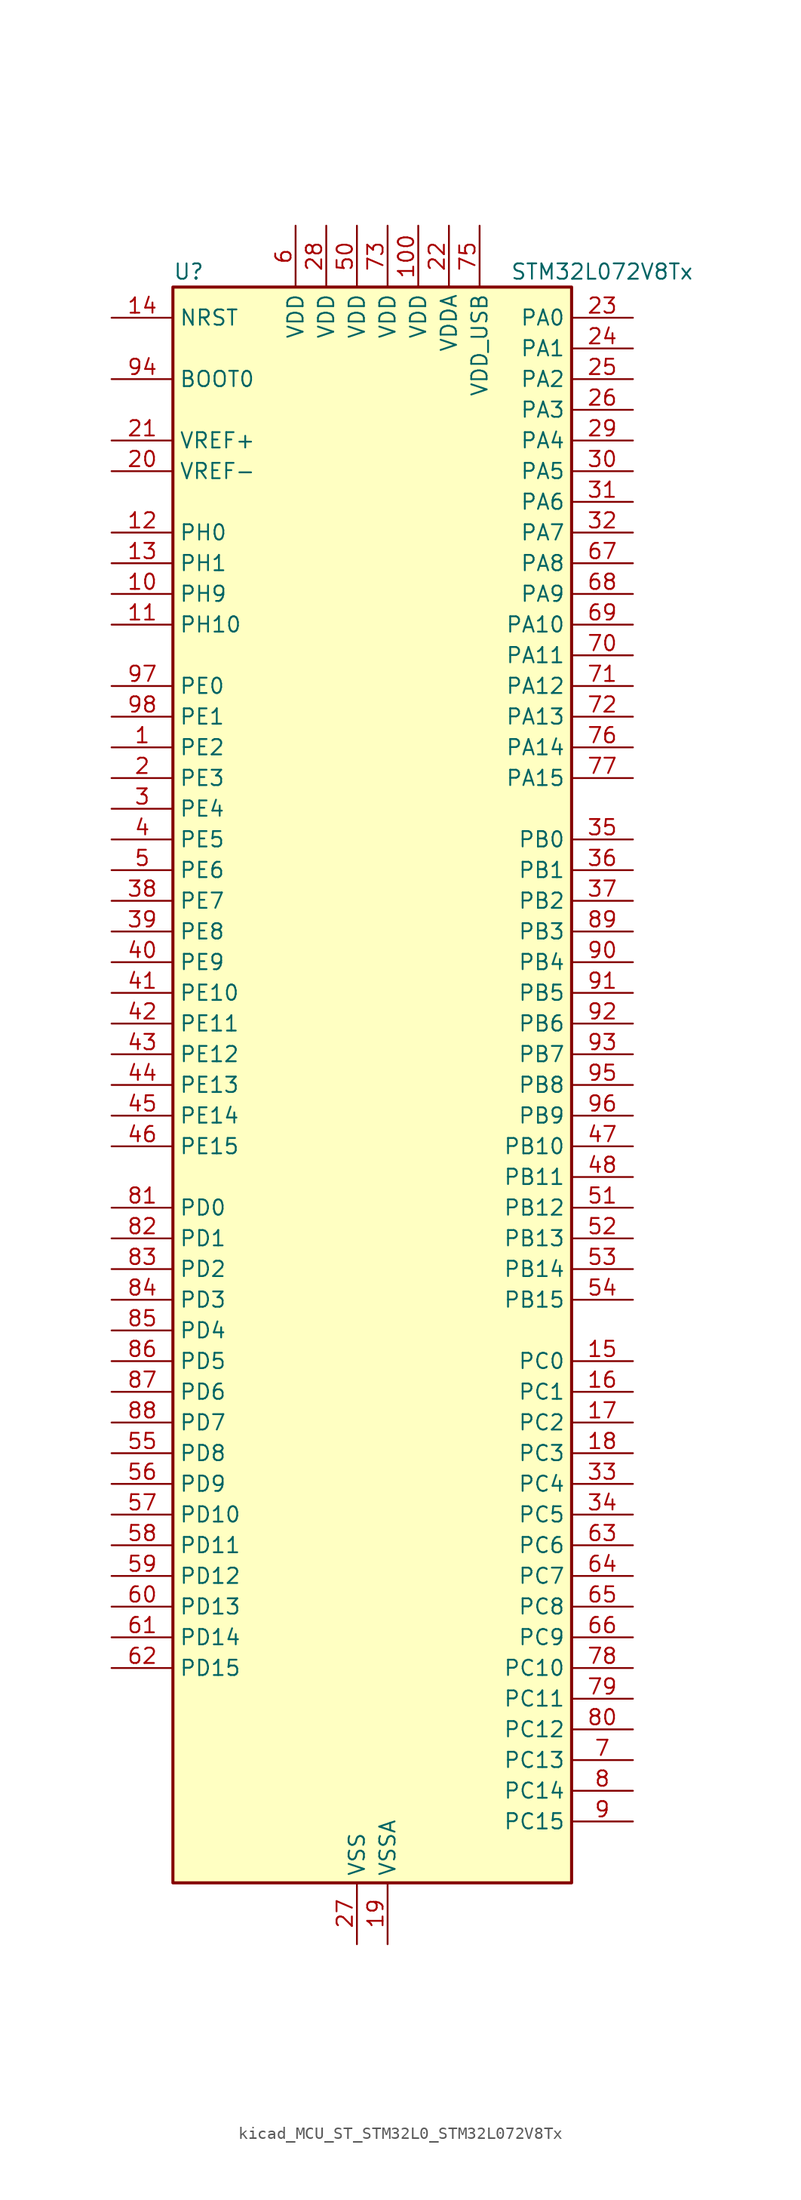
<source format=kicad_sym>
(kicad_symbol_lib
  (version 20220914)
  (generator kicad_symbol_editor)
  (symbol "kicad_MCU_ST_STM32L0_STM32L072V8Tx"
    (property "Reference" "U"
      (at -15.24 67.31 0)
      (effects (font (size 1.27 1.27)) (justify left)))
    (property "Value" "STM32L072V8Tx"
      (at 12.7 67.31 0)
      (effects (font (size 1.27 1.27)) (justify left)))
    (property "ki_locked" ""
      (at 0 0 0)
      (effects (font (size 1.27 1.27))))
    (symbol "kicad_MCU_ST_STM32L0_STM32L072V8Tx_0_1"
      (rectangle (start -15.24 -66.04) (end 17.78 66.04) (stroke (width 0.254) (type default)) (fill (type background))))
    (symbol "kicad_MCU_ST_STM32L0_STM32L072V8Tx_1_1"
      (pin bidirectional line (at -20.32 27.94 0) (length 5.08) (name "PE2" (effects (font (size 1.27 1.27)))) (number "1" (effects (font (size 1.27 1.27)))) (alternate "TIM3_ETR" bidirectional line))
      (pin bidirectional line (at -20.32 40.64 0) (length 5.08) (name "PH9" (effects (font (size 1.27 1.27)))) (number "10" (effects (font (size 1.27 1.27)))) (alternate "DAC_EXTI9" bidirectional line))
      (pin power_in line (at 5.08 71.12 270) (length 5.08) (name "VDD" (effects (font (size 1.27 1.27)))) (number "100" (effects (font (size 1.27 1.27)))))
      (pin bidirectional line (at -20.32 38.1 0) (length 5.08) (name "PH10" (effects (font (size 1.27 1.27)))) (number "11" (effects (font (size 1.27 1.27)))))
      (pin bidirectional line (at -20.32 45.72 0) (length 5.08) (name "PH0" (effects (font (size 1.27 1.27)))) (number "12" (effects (font (size 1.27 1.27)))) (alternate "CRS_SYNC" bidirectional line) (alternate "RCC_OSC_IN" bidirectional line))
      (pin bidirectional line (at -20.32 43.18 0) (length 5.08) (name "PH1" (effects (font (size 1.27 1.27)))) (number "13" (effects (font (size 1.27 1.27)))) (alternate "RCC_OSC_OUT" bidirectional line))
      (pin input line (at -20.32 63.5 0) (length 5.08) (name "NRST" (effects (font (size 1.27 1.27)))) (number "14" (effects (font (size 1.27 1.27)))))
      (pin bidirectional line (at 22.86 -22.86 180) (length 5.08) (name "PC0" (effects (font (size 1.27 1.27)))) (number "15" (effects (font (size 1.27 1.27)))) (alternate "ADC_IN10" bidirectional line) (alternate "I2C3_SCL" bidirectional line) (alternate "LPTIM1_IN1" bidirectional line) (alternate "LPUART1_RX" bidirectional line) (alternate "TSC_G7_IO1" bidirectional line))
      (pin bidirectional line (at 22.86 -25.4 180) (length 5.08) (name "PC1" (effects (font (size 1.27 1.27)))) (number "16" (effects (font (size 1.27 1.27)))) (alternate "ADC_IN11" bidirectional line) (alternate "I2C3_SDA" bidirectional line) (alternate "LPTIM1_OUT" bidirectional line) (alternate "LPUART1_TX" bidirectional line) (alternate "TSC_G7_IO2" bidirectional line))
      (pin bidirectional line (at 22.86 -27.94 180) (length 5.08) (name "PC2" (effects (font (size 1.27 1.27)))) (number "17" (effects (font (size 1.27 1.27)))) (alternate "ADC_IN12" bidirectional line) (alternate "I2S2_MCK" bidirectional line) (alternate "LPTIM1_IN2" bidirectional line) (alternate "SPI2_MISO" bidirectional line) (alternate "TSC_G7_IO3" bidirectional line))
      (pin bidirectional line (at 22.86 -30.48 180) (length 5.08) (name "PC3" (effects (font (size 1.27 1.27)))) (number "18" (effects (font (size 1.27 1.27)))) (alternate "ADC_IN13" bidirectional line) (alternate "I2S2_SD" bidirectional line) (alternate "LPTIM1_ETR" bidirectional line) (alternate "SPI2_MOSI" bidirectional line) (alternate "TSC_G7_IO4" bidirectional line))
      (pin power_in line (at 2.54 -71.12 90) (length 5.08) (name "VSSA" (effects (font (size 1.27 1.27)))) (number "19" (effects (font (size 1.27 1.27)))))
      (pin bidirectional line (at -20.32 25.4 0) (length 5.08) (name "PE3" (effects (font (size 1.27 1.27)))) (number "2" (effects (font (size 1.27 1.27)))) (alternate "TIM22_CH1" bidirectional line) (alternate "TIM3_CH1" bidirectional line))
      (pin input line (at -20.32 50.8 0) (length 5.08) (name "VREF-" (effects (font (size 1.27 1.27)))) (number "20" (effects (font (size 1.27 1.27)))))
      (pin input line (at -20.32 53.34 0) (length 5.08) (name "VREF+" (effects (font (size 1.27 1.27)))) (number "21" (effects (font (size 1.27 1.27)))))
      (pin power_in line (at 7.62 71.12 270) (length 5.08) (name "VDDA" (effects (font (size 1.27 1.27)))) (number "22" (effects (font (size 1.27 1.27)))))
      (pin bidirectional line (at 22.86 63.5 180) (length 5.08) (name "PA0" (effects (font (size 1.27 1.27)))) (number "23" (effects (font (size 1.27 1.27)))) (alternate "ADC_IN0" bidirectional line) (alternate "COMP1_INM" bidirectional line) (alternate "COMP1_OUT" bidirectional line) (alternate "RTC_TAMP2" bidirectional line) (alternate "SYS_WKUP1" bidirectional line) (alternate "TIM2_CH1" bidirectional line) (alternate "TIM2_ETR" bidirectional line) (alternate "TSC_G1_IO1" bidirectional line) (alternate "USART2_CTS" bidirectional line) (alternate "USART4_TX" bidirectional line))
      (pin bidirectional line (at 22.86 60.96 180) (length 5.08) (name "PA1" (effects (font (size 1.27 1.27)))) (number "24" (effects (font (size 1.27 1.27)))) (alternate "ADC_IN1" bidirectional line) (alternate "COMP1_INP" bidirectional line) (alternate "TIM21_ETR" bidirectional line) (alternate "TIM2_CH2" bidirectional line) (alternate "TSC_G1_IO2" bidirectional line) (alternate "USART2_DE" bidirectional line) (alternate "USART2_RTS" bidirectional line) (alternate "USART4_RX" bidirectional line))
      (pin bidirectional line (at 22.86 58.42 180) (length 5.08) (name "PA2" (effects (font (size 1.27 1.27)))) (number "25" (effects (font (size 1.27 1.27)))) (alternate "ADC_IN2" bidirectional line) (alternate "COMP2_INM" bidirectional line) (alternate "COMP2_OUT" bidirectional line) (alternate "LPUART1_TX" bidirectional line) (alternate "TIM21_CH1" bidirectional line) (alternate "TIM2_CH3" bidirectional line) (alternate "TSC_G1_IO3" bidirectional line) (alternate "USART2_TX" bidirectional line))
      (pin bidirectional line (at 22.86 55.88 180) (length 5.08) (name "PA3" (effects (font (size 1.27 1.27)))) (number "26" (effects (font (size 1.27 1.27)))) (alternate "ADC_IN3" bidirectional line) (alternate "COMP2_INP" bidirectional line) (alternate "LPUART1_RX" bidirectional line) (alternate "TIM21_CH2" bidirectional line) (alternate "TIM2_CH4" bidirectional line) (alternate "TSC_G1_IO4" bidirectional line) (alternate "USART2_RX" bidirectional line))
      (pin power_in line (at 0 -71.12 90) (length 5.08) (name "VSS" (effects (font (size 1.27 1.27)))) (number "27" (effects (font (size 1.27 1.27)))))
      (pin power_in line (at -2.54 71.12 270) (length 5.08) (name "VDD" (effects (font (size 1.27 1.27)))) (number "28" (effects (font (size 1.27 1.27)))))
      (pin bidirectional line (at 22.86 53.34 180) (length 5.08) (name "PA4" (effects (font (size 1.27 1.27)))) (number "29" (effects (font (size 1.27 1.27)))) (alternate "ADC_IN4" bidirectional line) (alternate "COMP1_INM" bidirectional line) (alternate "COMP2_INM" bidirectional line) (alternate "DAC_OUT1" bidirectional line) (alternate "SPI1_NSS" bidirectional line) (alternate "TIM22_ETR" bidirectional line) (alternate "TSC_G2_IO1" bidirectional line) (alternate "USART2_CK" bidirectional line))
      (pin bidirectional line (at -20.32 22.86 0) (length 5.08) (name "PE4" (effects (font (size 1.27 1.27)))) (number "3" (effects (font (size 1.27 1.27)))) (alternate "TIM22_CH2" bidirectional line) (alternate "TIM3_CH2" bidirectional line))
      (pin bidirectional line (at 22.86 50.8 180) (length 5.08) (name "PA5" (effects (font (size 1.27 1.27)))) (number "30" (effects (font (size 1.27 1.27)))) (alternate "ADC_IN5" bidirectional line) (alternate "COMP1_INM" bidirectional line) (alternate "COMP2_INM" bidirectional line) (alternate "DAC_OUT2" bidirectional line) (alternate "SPI1_SCK" bidirectional line) (alternate "TIM2_CH1" bidirectional line) (alternate "TIM2_ETR" bidirectional line) (alternate "TSC_G2_IO2" bidirectional line))
      (pin bidirectional line (at 22.86 48.26 180) (length 5.08) (name "PA6" (effects (font (size 1.27 1.27)))) (number "31" (effects (font (size 1.27 1.27)))) (alternate "ADC_IN6" bidirectional line) (alternate "COMP1_OUT" bidirectional line) (alternate "LPUART1_CTS" bidirectional line) (alternate "SPI1_MISO" bidirectional line) (alternate "TIM22_CH1" bidirectional line) (alternate "TIM3_CH1" bidirectional line) (alternate "TSC_G2_IO3" bidirectional line))
      (pin bidirectional line (at 22.86 45.72 180) (length 5.08) (name "PA7" (effects (font (size 1.27 1.27)))) (number "32" (effects (font (size 1.27 1.27)))) (alternate "ADC_IN7" bidirectional line) (alternate "COMP2_OUT" bidirectional line) (alternate "SPI1_MOSI" bidirectional line) (alternate "TIM22_CH2" bidirectional line) (alternate "TIM3_CH2" bidirectional line) (alternate "TSC_G2_IO4" bidirectional line))
      (pin bidirectional line (at 22.86 -33.02 180) (length 5.08) (name "PC4" (effects (font (size 1.27 1.27)))) (number "33" (effects (font (size 1.27 1.27)))) (alternate "ADC_IN14" bidirectional line) (alternate "LPUART1_TX" bidirectional line))
      (pin bidirectional line (at 22.86 -35.56 180) (length 5.08) (name "PC5" (effects (font (size 1.27 1.27)))) (number "34" (effects (font (size 1.27 1.27)))) (alternate "ADC_IN15" bidirectional line) (alternate "LPUART1_RX" bidirectional line) (alternate "TSC_G3_IO1" bidirectional line))
      (pin bidirectional line (at 22.86 20.32 180) (length 5.08) (name "PB0" (effects (font (size 1.27 1.27)))) (number "35" (effects (font (size 1.27 1.27)))) (alternate "ADC_IN8" bidirectional line) (alternate "SYS_VREF_OUT_PB0" bidirectional line) (alternate "TIM3_CH3" bidirectional line) (alternate "TSC_G3_IO2" bidirectional line))
      (pin bidirectional line (at 22.86 17.78 180) (length 5.08) (name "PB1" (effects (font (size 1.27 1.27)))) (number "36" (effects (font (size 1.27 1.27)))) (alternate "ADC_IN9" bidirectional line) (alternate "LPUART1_DE" bidirectional line) (alternate "LPUART1_RTS" bidirectional line) (alternate "SYS_VREF_OUT_PB1" bidirectional line) (alternate "TIM3_CH4" bidirectional line) (alternate "TSC_G3_IO3" bidirectional line))
      (pin bidirectional line (at 22.86 15.24 180) (length 5.08) (name "PB2" (effects (font (size 1.27 1.27)))) (number "37" (effects (font (size 1.27 1.27)))) (alternate "I2C3_SMBA" bidirectional line) (alternate "LPTIM1_OUT" bidirectional line) (alternate "TSC_G3_IO4" bidirectional line))
      (pin bidirectional line (at -20.32 15.24 0) (length 5.08) (name "PE7" (effects (font (size 1.27 1.27)))) (number "38" (effects (font (size 1.27 1.27)))) (alternate "USART5_CK" bidirectional line) (alternate "USART5_DE" bidirectional line) (alternate "USART5_RTS" bidirectional line))
      (pin bidirectional line (at -20.32 12.7 0) (length 5.08) (name "PE8" (effects (font (size 1.27 1.27)))) (number "39" (effects (font (size 1.27 1.27)))) (alternate "USART4_TX" bidirectional line))
      (pin bidirectional line (at -20.32 20.32 0) (length 5.08) (name "PE5" (effects (font (size 1.27 1.27)))) (number "4" (effects (font (size 1.27 1.27)))) (alternate "TIM21_CH1" bidirectional line) (alternate "TIM3_CH3" bidirectional line))
      (pin bidirectional line (at -20.32 10.16 0) (length 5.08) (name "PE9" (effects (font (size 1.27 1.27)))) (number "40" (effects (font (size 1.27 1.27)))) (alternate "DAC_EXTI9" bidirectional line) (alternate "TIM2_CH1" bidirectional line) (alternate "TIM2_ETR" bidirectional line) (alternate "USART4_RX" bidirectional line))
      (pin bidirectional line (at -20.32 7.62 0) (length 5.08) (name "PE10" (effects (font (size 1.27 1.27)))) (number "41" (effects (font (size 1.27 1.27)))) (alternate "TIM2_CH2" bidirectional line) (alternate "USART5_TX" bidirectional line))
      (pin bidirectional line (at -20.32 5.08 0) (length 5.08) (name "PE11" (effects (font (size 1.27 1.27)))) (number "42" (effects (font (size 1.27 1.27)))) (alternate "ADC_EXTI11" bidirectional line) (alternate "TIM2_CH3" bidirectional line) (alternate "USART5_RX" bidirectional line))
      (pin bidirectional line (at -20.32 2.54 0) (length 5.08) (name "PE12" (effects (font (size 1.27 1.27)))) (number "43" (effects (font (size 1.27 1.27)))) (alternate "SPI1_NSS" bidirectional line) (alternate "TIM2_CH4" bidirectional line))
      (pin bidirectional line (at -20.32 0 0) (length 5.08) (name "PE13" (effects (font (size 1.27 1.27)))) (number "44" (effects (font (size 1.27 1.27)))) (alternate "SPI1_SCK" bidirectional line))
      (pin bidirectional line (at -20.32 -2.54 0) (length 5.08) (name "PE14" (effects (font (size 1.27 1.27)))) (number "45" (effects (font (size 1.27 1.27)))) (alternate "SPI1_MISO" bidirectional line))
      (pin bidirectional line (at -20.32 -5.08 0) (length 5.08) (name "PE15" (effects (font (size 1.27 1.27)))) (number "46" (effects (font (size 1.27 1.27)))) (alternate "SPI1_MOSI" bidirectional line))
      (pin bidirectional line (at 22.86 -5.08 180) (length 5.08) (name "PB10" (effects (font (size 1.27 1.27)))) (number "47" (effects (font (size 1.27 1.27)))) (alternate "I2C2_SCL" bidirectional line) (alternate "LPUART1_RX" bidirectional line) (alternate "LPUART1_TX" bidirectional line) (alternate "SPI2_SCK" bidirectional line) (alternate "TIM2_CH3" bidirectional line) (alternate "TSC_SYNC" bidirectional line))
      (pin bidirectional line (at 22.86 -7.62 180) (length 5.08) (name "PB11" (effects (font (size 1.27 1.27)))) (number "48" (effects (font (size 1.27 1.27)))) (alternate "ADC_EXTI11" bidirectional line) (alternate "I2C2_SDA" bidirectional line) (alternate "LPUART1_RX" bidirectional line) (alternate "LPUART1_TX" bidirectional line) (alternate "TIM2_CH4" bidirectional line) (alternate "TSC_G6_IO1" bidirectional line))
      (pin passive line (at 0 -71.12 90) (length 5.08) hide (name "VSS" (effects (font (size 1.27 1.27)))) (number "49" (effects (font (size 1.27 1.27)))))
      (pin bidirectional line (at -20.32 17.78 0) (length 5.08) (name "PE6" (effects (font (size 1.27 1.27)))) (number "5" (effects (font (size 1.27 1.27)))) (alternate "RTC_TAMP3" bidirectional line) (alternate "SYS_WKUP3" bidirectional line) (alternate "TIM21_CH2" bidirectional line) (alternate "TIM3_CH4" bidirectional line))
      (pin power_in line (at 0 71.12 270) (length 5.08) (name "VDD" (effects (font (size 1.27 1.27)))) (number "50" (effects (font (size 1.27 1.27)))))
      (pin bidirectional line (at 22.86 -10.16 180) (length 5.08) (name "PB12" (effects (font (size 1.27 1.27)))) (number "51" (effects (font (size 1.27 1.27)))) (alternate "I2S2_WS" bidirectional line) (alternate "LPUART1_DE" bidirectional line) (alternate "LPUART1_RTS" bidirectional line) (alternate "SPI2_NSS" bidirectional line) (alternate "TSC_G6_IO2" bidirectional line))
      (pin bidirectional line (at 22.86 -12.7 180) (length 5.08) (name "PB13" (effects (font (size 1.27 1.27)))) (number "52" (effects (font (size 1.27 1.27)))) (alternate "I2C2_SCL" bidirectional line) (alternate "I2S2_CK" bidirectional line) (alternate "LPUART1_CTS" bidirectional line) (alternate "RCC_MCO" bidirectional line) (alternate "SPI2_SCK" bidirectional line) (alternate "TIM21_CH1" bidirectional line) (alternate "TSC_G6_IO3" bidirectional line))
      (pin bidirectional line (at 22.86 -15.24 180) (length 5.08) (name "PB14" (effects (font (size 1.27 1.27)))) (number "53" (effects (font (size 1.27 1.27)))) (alternate "I2C2_SDA" bidirectional line) (alternate "I2S2_MCK" bidirectional line) (alternate "LPUART1_DE" bidirectional line) (alternate "LPUART1_RTS" bidirectional line) (alternate "RTC_OUT_ALARM" bidirectional line) (alternate "RTC_OUT_CALIB" bidirectional line) (alternate "SPI2_MISO" bidirectional line) (alternate "TIM21_CH2" bidirectional line) (alternate "TSC_G6_IO4" bidirectional line))
      (pin bidirectional line (at 22.86 -17.78 180) (length 5.08) (name "PB15" (effects (font (size 1.27 1.27)))) (number "54" (effects (font (size 1.27 1.27)))) (alternate "I2S2_SD" bidirectional line) (alternate "RTC_REFIN" bidirectional line) (alternate "SPI2_MOSI" bidirectional line))
      (pin bidirectional line (at -20.32 -30.48 0) (length 5.08) (name "PD8" (effects (font (size 1.27 1.27)))) (number "55" (effects (font (size 1.27 1.27)))) (alternate "LPUART1_TX" bidirectional line))
      (pin bidirectional line (at -20.32 -33.02 0) (length 5.08) (name "PD9" (effects (font (size 1.27 1.27)))) (number "56" (effects (font (size 1.27 1.27)))) (alternate "DAC_EXTI9" bidirectional line) (alternate "LPUART1_RX" bidirectional line))
      (pin bidirectional line (at -20.32 -35.56 0) (length 5.08) (name "PD10" (effects (font (size 1.27 1.27)))) (number "57" (effects (font (size 1.27 1.27)))))
      (pin bidirectional line (at -20.32 -38.1 0) (length 5.08) (name "PD11" (effects (font (size 1.27 1.27)))) (number "58" (effects (font (size 1.27 1.27)))) (alternate "ADC_EXTI11" bidirectional line) (alternate "LPUART1_CTS" bidirectional line))
      (pin bidirectional line (at -20.32 -40.64 0) (length 5.08) (name "PD12" (effects (font (size 1.27 1.27)))) (number "59" (effects (font (size 1.27 1.27)))) (alternate "LPUART1_DE" bidirectional line) (alternate "LPUART1_RTS" bidirectional line))
      (pin power_in line (at -5.08 71.12 270) (length 5.08) (name "VDD" (effects (font (size 1.27 1.27)))) (number "6" (effects (font (size 1.27 1.27)))))
      (pin bidirectional line (at -20.32 -43.18 0) (length 5.08) (name "PD13" (effects (font (size 1.27 1.27)))) (number "60" (effects (font (size 1.27 1.27)))))
      (pin bidirectional line (at -20.32 -45.72 0) (length 5.08) (name "PD14" (effects (font (size 1.27 1.27)))) (number "61" (effects (font (size 1.27 1.27)))))
      (pin bidirectional line (at -20.32 -48.26 0) (length 5.08) (name "PD15" (effects (font (size 1.27 1.27)))) (number "62" (effects (font (size 1.27 1.27)))) (alternate "CRS_SYNC" bidirectional line))
      (pin bidirectional line (at 22.86 -38.1 180) (length 5.08) (name "PC6" (effects (font (size 1.27 1.27)))) (number "63" (effects (font (size 1.27 1.27)))) (alternate "TIM22_CH1" bidirectional line) (alternate "TIM3_CH1" bidirectional line) (alternate "TSC_G8_IO1" bidirectional line))
      (pin bidirectional line (at 22.86 -40.64 180) (length 5.08) (name "PC7" (effects (font (size 1.27 1.27)))) (number "64" (effects (font (size 1.27 1.27)))) (alternate "TIM22_CH2" bidirectional line) (alternate "TIM3_CH2" bidirectional line) (alternate "TSC_G8_IO2" bidirectional line))
      (pin bidirectional line (at 22.86 -43.18 180) (length 5.08) (name "PC8" (effects (font (size 1.27 1.27)))) (number "65" (effects (font (size 1.27 1.27)))) (alternate "TIM22_ETR" bidirectional line) (alternate "TIM3_CH3" bidirectional line) (alternate "TSC_G8_IO3" bidirectional line))
      (pin bidirectional line (at 22.86 -45.72 180) (length 5.08) (name "PC9" (effects (font (size 1.27 1.27)))) (number "66" (effects (font (size 1.27 1.27)))) (alternate "DAC_EXTI9" bidirectional line) (alternate "I2C3_SDA" bidirectional line) (alternate "TIM21_ETR" bidirectional line) (alternate "TIM3_CH4" bidirectional line) (alternate "TSC_G8_IO4" bidirectional line) (alternate "USB_NOE" bidirectional line))
      (pin bidirectional line (at 22.86 43.18 180) (length 5.08) (name "PA8" (effects (font (size 1.27 1.27)))) (number "67" (effects (font (size 1.27 1.27)))) (alternate "CRS_SYNC" bidirectional line) (alternate "I2C3_SCL" bidirectional line) (alternate "RCC_MCO" bidirectional line) (alternate "USART1_CK" bidirectional line))
      (pin bidirectional line (at 22.86 40.64 180) (length 5.08) (name "PA9" (effects (font (size 1.27 1.27)))) (number "68" (effects (font (size 1.27 1.27)))) (alternate "DAC_EXTI9" bidirectional line) (alternate "I2C1_SCL" bidirectional line) (alternate "I2C3_SMBA" bidirectional line) (alternate "RCC_MCO" bidirectional line) (alternate "TSC_G4_IO1" bidirectional line) (alternate "USART1_TX" bidirectional line))
      (pin bidirectional line (at 22.86 38.1 180) (length 5.08) (name "PA10" (effects (font (size 1.27 1.27)))) (number "69" (effects (font (size 1.27 1.27)))) (alternate "I2C1_SDA" bidirectional line) (alternate "TSC_G4_IO2" bidirectional line) (alternate "USART1_RX" bidirectional line))
      (pin bidirectional line (at 22.86 -55.88 180) (length 5.08) (name "PC13" (effects (font (size 1.27 1.27)))) (number "7" (effects (font (size 1.27 1.27)))) (alternate "RTC_OUT_ALARM" bidirectional line) (alternate "RTC_OUT_CALIB" bidirectional line) (alternate "RTC_TAMP1" bidirectional line) (alternate "RTC_TS" bidirectional line) (alternate "SYS_WKUP2" bidirectional line))
      (pin bidirectional line (at 22.86 35.56 180) (length 5.08) (name "PA11" (effects (font (size 1.27 1.27)))) (number "70" (effects (font (size 1.27 1.27)))) (alternate "ADC_EXTI11" bidirectional line) (alternate "COMP1_OUT" bidirectional line) (alternate "SPI1_MISO" bidirectional line) (alternate "TSC_G4_IO3" bidirectional line) (alternate "USART1_CTS" bidirectional line) (alternate "USB_DM" bidirectional line))
      (pin bidirectional line (at 22.86 33.02 180) (length 5.08) (name "PA12" (effects (font (size 1.27 1.27)))) (number "71" (effects (font (size 1.27 1.27)))) (alternate "COMP2_OUT" bidirectional line) (alternate "SPI1_MOSI" bidirectional line) (alternate "TSC_G4_IO4" bidirectional line) (alternate "USART1_DE" bidirectional line) (alternate "USART1_RTS" bidirectional line) (alternate "USB_DP" bidirectional line))
      (pin bidirectional line (at 22.86 30.48 180) (length 5.08) (name "PA13" (effects (font (size 1.27 1.27)))) (number "72" (effects (font (size 1.27 1.27)))) (alternate "LPUART1_RX" bidirectional line) (alternate "SYS_SWDIO" bidirectional line) (alternate "USB_NOE" bidirectional line))
      (pin power_in line (at 2.54 71.12 270) (length 5.08) (name "VDD" (effects (font (size 1.27 1.27)))) (number "73" (effects (font (size 1.27 1.27)))))
      (pin passive line (at 0 -71.12 90) (length 5.08) hide (name "VSS" (effects (font (size 1.27 1.27)))) (number "74" (effects (font (size 1.27 1.27)))))
      (pin power_in line (at 10.16 71.12 270) (length 5.08) (name "VDD_USB" (effects (font (size 1.27 1.27)))) (number "75" (effects (font (size 1.27 1.27)))))
      (pin bidirectional line (at 22.86 27.94 180) (length 5.08) (name "PA14" (effects (font (size 1.27 1.27)))) (number "76" (effects (font (size 1.27 1.27)))) (alternate "LPUART1_TX" bidirectional line) (alternate "SYS_SWCLK" bidirectional line) (alternate "USART2_TX" bidirectional line))
      (pin bidirectional line (at 22.86 25.4 180) (length 5.08) (name "PA15" (effects (font (size 1.27 1.27)))) (number "77" (effects (font (size 1.27 1.27)))) (alternate "SPI1_NSS" bidirectional line) (alternate "TIM2_CH1" bidirectional line) (alternate "TIM2_ETR" bidirectional line) (alternate "USART2_RX" bidirectional line) (alternate "USART4_DE" bidirectional line) (alternate "USART4_RTS" bidirectional line))
      (pin bidirectional line (at 22.86 -48.26 180) (length 5.08) (name "PC10" (effects (font (size 1.27 1.27)))) (number "78" (effects (font (size 1.27 1.27)))) (alternate "LPUART1_TX" bidirectional line) (alternate "USART4_TX" bidirectional line))
      (pin bidirectional line (at 22.86 -50.8 180) (length 5.08) (name "PC11" (effects (font (size 1.27 1.27)))) (number "79" (effects (font (size 1.27 1.27)))) (alternate "ADC_EXTI11" bidirectional line) (alternate "LPUART1_RX" bidirectional line) (alternate "USART4_RX" bidirectional line))
      (pin bidirectional line (at 22.86 -58.42 180) (length 5.08) (name "PC14" (effects (font (size 1.27 1.27)))) (number "8" (effects (font (size 1.27 1.27)))) (alternate "RCC_OSC32_IN" bidirectional line))
      (pin bidirectional line (at 22.86 -53.34 180) (length 5.08) (name "PC12" (effects (font (size 1.27 1.27)))) (number "80" (effects (font (size 1.27 1.27)))) (alternate "USART4_CK" bidirectional line) (alternate "USART5_TX" bidirectional line))
      (pin bidirectional line (at -20.32 -10.16 0) (length 5.08) (name "PD0" (effects (font (size 1.27 1.27)))) (number "81" (effects (font (size 1.27 1.27)))) (alternate "I2S2_WS" bidirectional line) (alternate "SPI2_NSS" bidirectional line) (alternate "TIM21_CH1" bidirectional line))
      (pin bidirectional line (at -20.32 -12.7 0) (length 5.08) (name "PD1" (effects (font (size 1.27 1.27)))) (number "82" (effects (font (size 1.27 1.27)))) (alternate "I2S2_CK" bidirectional line) (alternate "SPI2_SCK" bidirectional line))
      (pin bidirectional line (at -20.32 -15.24 0) (length 5.08) (name "PD2" (effects (font (size 1.27 1.27)))) (number "83" (effects (font (size 1.27 1.27)))) (alternate "LPUART1_DE" bidirectional line) (alternate "LPUART1_RTS" bidirectional line) (alternate "TIM3_ETR" bidirectional line) (alternate "USART5_RX" bidirectional line))
      (pin bidirectional line (at -20.32 -17.78 0) (length 5.08) (name "PD3" (effects (font (size 1.27 1.27)))) (number "84" (effects (font (size 1.27 1.27)))) (alternate "I2S2_MCK" bidirectional line) (alternate "SPI2_MISO" bidirectional line) (alternate "USART2_CTS" bidirectional line))
      (pin bidirectional line (at -20.32 -20.32 0) (length 5.08) (name "PD4" (effects (font (size 1.27 1.27)))) (number "85" (effects (font (size 1.27 1.27)))) (alternate "I2S2_SD" bidirectional line) (alternate "SPI2_MOSI" bidirectional line) (alternate "USART2_DE" bidirectional line) (alternate "USART2_RTS" bidirectional line))
      (pin bidirectional line (at -20.32 -22.86 0) (length 5.08) (name "PD5" (effects (font (size 1.27 1.27)))) (number "86" (effects (font (size 1.27 1.27)))) (alternate "USART2_TX" bidirectional line))
      (pin bidirectional line (at -20.32 -25.4 0) (length 5.08) (name "PD6" (effects (font (size 1.27 1.27)))) (number "87" (effects (font (size 1.27 1.27)))) (alternate "USART2_RX" bidirectional line))
      (pin bidirectional line (at -20.32 -27.94 0) (length 5.08) (name "PD7" (effects (font (size 1.27 1.27)))) (number "88" (effects (font (size 1.27 1.27)))) (alternate "TIM21_CH2" bidirectional line) (alternate "USART2_CK" bidirectional line))
      (pin bidirectional line (at 22.86 12.7 180) (length 5.08) (name "PB3" (effects (font (size 1.27 1.27)))) (number "89" (effects (font (size 1.27 1.27)))) (alternate "COMP2_INM" bidirectional line) (alternate "SPI1_SCK" bidirectional line) (alternate "TIM2_CH2" bidirectional line) (alternate "TSC_G5_IO1" bidirectional line) (alternate "USART1_DE" bidirectional line) (alternate "USART1_RTS" bidirectional line) (alternate "USART5_TX" bidirectional line))
      (pin bidirectional line (at 22.86 -60.96 180) (length 5.08) (name "PC15" (effects (font (size 1.27 1.27)))) (number "9" (effects (font (size 1.27 1.27)))) (alternate "RCC_OSC32_OUT" bidirectional line))
      (pin bidirectional line (at 22.86 10.16 180) (length 5.08) (name "PB4" (effects (font (size 1.27 1.27)))) (number "90" (effects (font (size 1.27 1.27)))) (alternate "COMP2_INP" bidirectional line) (alternate "I2C3_SDA" bidirectional line) (alternate "SPI1_MISO" bidirectional line) (alternate "TIM22_CH1" bidirectional line) (alternate "TIM3_CH1" bidirectional line) (alternate "TSC_G5_IO2" bidirectional line) (alternate "USART1_CTS" bidirectional line) (alternate "USART5_RX" bidirectional line))
      (pin bidirectional line (at 22.86 7.62 180) (length 5.08) (name "PB5" (effects (font (size 1.27 1.27)))) (number "91" (effects (font (size 1.27 1.27)))) (alternate "COMP2_INP" bidirectional line) (alternate "I2C1_SMBA" bidirectional line) (alternate "LPTIM1_IN1" bidirectional line) (alternate "SPI1_MOSI" bidirectional line) (alternate "TIM22_CH2" bidirectional line) (alternate "TIM3_CH2" bidirectional line) (alternate "USART1_CK" bidirectional line) (alternate "USART5_CK" bidirectional line) (alternate "USART5_DE" bidirectional line) (alternate "USART5_RTS" bidirectional line))
      (pin bidirectional line (at 22.86 5.08 180) (length 5.08) (name "PB6" (effects (font (size 1.27 1.27)))) (number "92" (effects (font (size 1.27 1.27)))) (alternate "COMP2_INP" bidirectional line) (alternate "I2C1_SCL" bidirectional line) (alternate "LPTIM1_ETR" bidirectional line) (alternate "TSC_G5_IO3" bidirectional line) (alternate "USART1_TX" bidirectional line))
      (pin bidirectional line (at 22.86 2.54 180) (length 5.08) (name "PB7" (effects (font (size 1.27 1.27)))) (number "93" (effects (font (size 1.27 1.27)))) (alternate "COMP2_INP" bidirectional line) (alternate "I2C1_SDA" bidirectional line) (alternate "LPTIM1_IN2" bidirectional line) (alternate "SYS_PVD_IN" bidirectional line) (alternate "TSC_G5_IO4" bidirectional line) (alternate "USART1_RX" bidirectional line) (alternate "USART4_CTS" bidirectional line))
      (pin input line (at -20.32 58.42 0) (length 5.08) (name "BOOT0" (effects (font (size 1.27 1.27)))) (number "94" (effects (font (size 1.27 1.27)))))
      (pin bidirectional line (at 22.86 0 180) (length 5.08) (name "PB8" (effects (font (size 1.27 1.27)))) (number "95" (effects (font (size 1.27 1.27)))) (alternate "I2C1_SCL" bidirectional line) (alternate "TSC_SYNC" bidirectional line))
      (pin bidirectional line (at 22.86 -2.54 180) (length 5.08) (name "PB9" (effects (font (size 1.27 1.27)))) (number "96" (effects (font (size 1.27 1.27)))) (alternate "DAC_EXTI9" bidirectional line) (alternate "I2C1_SDA" bidirectional line) (alternate "I2S2_WS" bidirectional line) (alternate "SPI2_NSS" bidirectional line))
      (pin bidirectional line (at -20.32 33.02 0) (length 5.08) (name "PE0" (effects (font (size 1.27 1.27)))) (number "97" (effects (font (size 1.27 1.27)))))
      (pin bidirectional line (at -20.32 30.48 0) (length 5.08) (name "PE1" (effects (font (size 1.27 1.27)))) (number "98" (effects (font (size 1.27 1.27)))))
      (pin passive line (at 0 -71.12 90) (length 5.08) hide (name "VSS" (effects (font (size 1.27 1.27)))) (number "99" (effects (font (size 1.27 1.27))))))))
</source>
